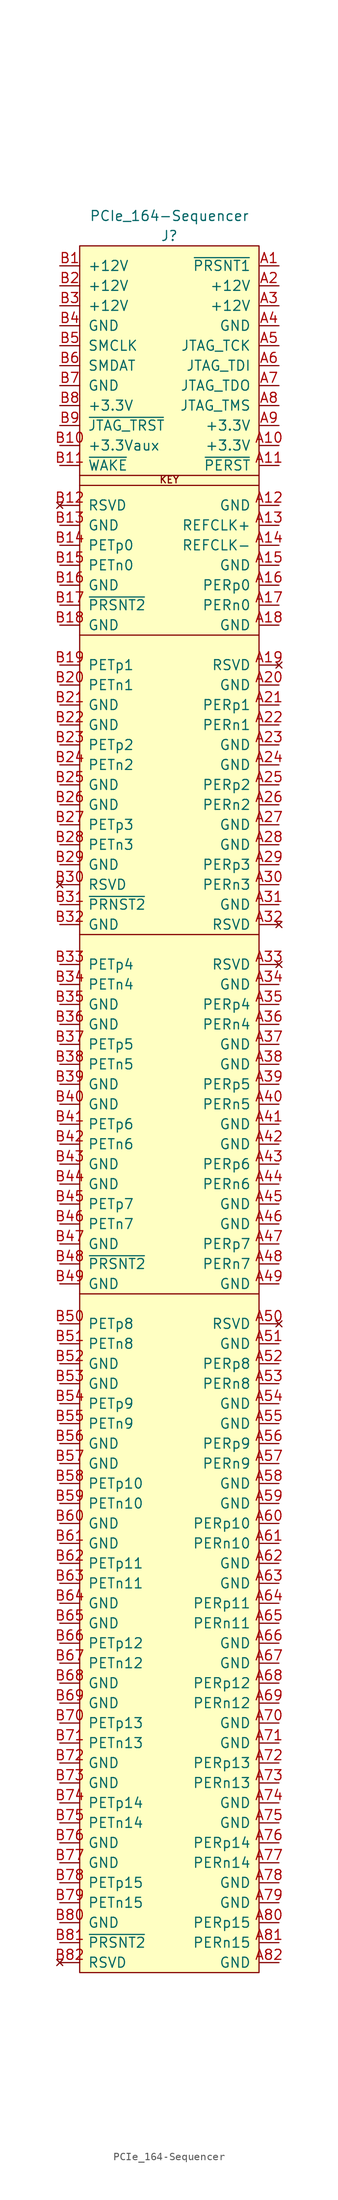
<source format=kicad_sym>
(kicad_symbol_lib
  (version 20211014)
  (generator kicad_symbol_editor)
  (symbol "PCIe_164-Sequencer"
    (pin_names
      (offset 1.016))
    (property "Reference" "J"
      (at -13.97 3.81 0)
      (effects (font (size 1.27 1.27))))
    (property "Value" "PCIe_164-Sequencer"
      (at -13.97 6.35 0)
      (effects (font (size 1.27 1.27))))
    (symbol "PCIe_164-Sequencer_0_0"
      (text "KEY" (at -13.97 -27.737 0) (effects (font (size 0.889 0.889)) (justify bottom))))
    (symbol "PCIe_164-Sequencer_0_1"
      (rectangle (start -25.4 2.54) (end -2.54 -217.17) (stroke (width 0) (type default) (color 0 0 0 0)) (fill (type background)))
      (polyline (pts (xy -25.4 -130.81) (xy -2.54 -130.81)) (stroke (width 0) (type default) (color 0 0 0 0)) (fill (type none)))
      (polyline (pts (xy -25.4 -85.09) (xy -2.54 -85.09)) (stroke (width 0) (type default) (color 0 0 0 0)) (fill (type none)))
      (polyline (pts (xy -25.4 -46.99) (xy -2.54 -46.99)) (stroke (width 0) (type default) (color 0 0 0 0)) (fill (type none)))
      (polyline (pts (xy -25.4 -27.94) (xy -2.54 -27.94)) (stroke (width 0) (type default) (color 0 0 0 0)) (fill (type none)))
      (polyline (pts (xy -25.4 -26.67) (xy -2.54 -26.67)) (stroke (width 0) (type default) (color 0 0 0 0)) (fill (type none))))
    (symbol "PCIe_164-Sequencer_1_1"
      (pin input line (at 0 0 180) (length 2.54) (name "~{PRSNT1}" (effects (font (size 1.27 1.27)))) (number "A1" (effects (font (size 1.27 1.27)))))
      (pin power_in line (at 0 -22.86 180) (length 2.54) (name "+3.3V" (effects (font (size 1.27 1.27)))) (number "A10" (effects (font (size 1.27 1.27)))))
      (pin bidirectional line (at 0 -25.4 180) (length 2.54) (name "~{PERST}" (effects (font (size 1.27 1.27)))) (number "A11" (effects (font (size 1.27 1.27)))))
      (pin power_in line (at 0 -30.48 180) (length 2.54) (name "GND" (effects (font (size 1.27 1.27)))) (number "A12" (effects (font (size 1.27 1.27)))))
      (pin bidirectional line (at 0 -33.02 180) (length 2.54) (name "REFCLK+" (effects (font (size 1.27 1.27)))) (number "A13" (effects (font (size 1.27 1.27)))))
      (pin bidirectional line (at 0 -35.56 180) (length 2.54) (name "REFCLK-" (effects (font (size 1.27 1.27)))) (number "A14" (effects (font (size 1.27 1.27)))))
      (pin power_in line (at 0 -38.1 180) (length 2.54) (name "GND" (effects (font (size 1.27 1.27)))) (number "A15" (effects (font (size 1.27 1.27)))))
      (pin bidirectional line (at 0 -40.64 180) (length 2.54) (name "PERp0" (effects (font (size 1.27 1.27)))) (number "A16" (effects (font (size 1.27 1.27)))))
      (pin bidirectional line (at 0 -43.18 180) (length 2.54) (name "PERn0" (effects (font (size 1.27 1.27)))) (number "A17" (effects (font (size 1.27 1.27)))))
      (pin power_in line (at 0 -45.72 180) (length 2.54) (name "GND" (effects (font (size 1.27 1.27)))) (number "A18" (effects (font (size 1.27 1.27)))))
      (pin no_connect line (at 0 -50.8 180) (length 2.54) (name "RSVD" (effects (font (size 1.27 1.27)))) (number "A19" (effects (font (size 1.27 1.27)))))
      (pin power_in line (at 0 -2.54 180) (length 2.54) (name "+12V" (effects (font (size 1.27 1.27)))) (number "A2" (effects (font (size 1.27 1.27)))))
      (pin power_in line (at 0 -53.34 180) (length 2.54) (name "GND" (effects (font (size 1.27 1.27)))) (number "A20" (effects (font (size 1.27 1.27)))))
      (pin bidirectional line (at 0 -55.88 180) (length 2.54) (name "PERp1" (effects (font (size 1.27 1.27)))) (number "A21" (effects (font (size 1.27 1.27)))))
      (pin bidirectional line (at 0 -58.42 180) (length 2.54) (name "PERn1" (effects (font (size 1.27 1.27)))) (number "A22" (effects (font (size 1.27 1.27)))))
      (pin power_in line (at 0 -60.96 180) (length 2.54) (name "GND" (effects (font (size 1.27 1.27)))) (number "A23" (effects (font (size 1.27 1.27)))))
      (pin power_in line (at 0 -63.5 180) (length 2.54) (name "GND" (effects (font (size 1.27 1.27)))) (number "A24" (effects (font (size 1.27 1.27)))))
      (pin bidirectional line (at 0 -66.04 180) (length 2.54) (name "PERp2" (effects (font (size 1.27 1.27)))) (number "A25" (effects (font (size 1.27 1.27)))))
      (pin bidirectional line (at 0 -68.58 180) (length 2.54) (name "PERn2" (effects (font (size 1.27 1.27)))) (number "A26" (effects (font (size 1.27 1.27)))))
      (pin power_in line (at 0 -71.12 180) (length 2.54) (name "GND" (effects (font (size 1.27 1.27)))) (number "A27" (effects (font (size 1.27 1.27)))))
      (pin power_in line (at 0 -73.66 180) (length 2.54) (name "GND" (effects (font (size 1.27 1.27)))) (number "A28" (effects (font (size 1.27 1.27)))))
      (pin bidirectional line (at 0 -76.2 180) (length 2.54) (name "PERp3" (effects (font (size 1.27 1.27)))) (number "A29" (effects (font (size 1.27 1.27)))))
      (pin power_in line (at 0 -5.08 180) (length 2.54) (name "+12V" (effects (font (size 1.27 1.27)))) (number "A3" (effects (font (size 1.27 1.27)))))
      (pin bidirectional line (at 0 -78.74 180) (length 2.54) (name "PERn3" (effects (font (size 1.27 1.27)))) (number "A30" (effects (font (size 1.27 1.27)))))
      (pin power_in line (at 0 -81.28 180) (length 2.54) (name "GND" (effects (font (size 1.27 1.27)))) (number "A31" (effects (font (size 1.27 1.27)))))
      (pin no_connect line (at 0 -83.82 180) (length 2.54) (name "RSVD" (effects (font (size 1.27 1.27)))) (number "A32" (effects (font (size 1.27 1.27)))))
      (pin no_connect line (at 0 -88.9 180) (length 2.54) (name "RSVD" (effects (font (size 1.27 1.27)))) (number "A33" (effects (font (size 1.27 1.27)))))
      (pin power_in line (at 0 -91.44 180) (length 2.54) (name "GND" (effects (font (size 1.27 1.27)))) (number "A34" (effects (font (size 1.27 1.27)))))
      (pin bidirectional line (at 0 -93.98 180) (length 2.54) (name "PERp4" (effects (font (size 1.27 1.27)))) (number "A35" (effects (font (size 1.27 1.27)))))
      (pin bidirectional line (at 0 -96.52 180) (length 2.54) (name "PERn4" (effects (font (size 1.27 1.27)))) (number "A36" (effects (font (size 1.27 1.27)))))
      (pin power_in line (at 0 -99.06 180) (length 2.54) (name "GND" (effects (font (size 1.27 1.27)))) (number "A37" (effects (font (size 1.27 1.27)))))
      (pin power_in line (at 0 -101.6 180) (length 2.54) (name "GND" (effects (font (size 1.27 1.27)))) (number "A38" (effects (font (size 1.27 1.27)))))
      (pin bidirectional line (at 0 -104.14 180) (length 2.54) (name "PERp5" (effects (font (size 1.27 1.27)))) (number "A39" (effects (font (size 1.27 1.27)))))
      (pin power_in line (at 0 -7.62 180) (length 2.54) (name "GND" (effects (font (size 1.27 1.27)))) (number "A4" (effects (font (size 1.27 1.27)))))
      (pin bidirectional line (at 0 -106.68 180) (length 2.54) (name "PERn5" (effects (font (size 1.27 1.27)))) (number "A40" (effects (font (size 1.27 1.27)))))
      (pin power_in line (at 0 -109.22 180) (length 2.54) (name "GND" (effects (font (size 1.27 1.27)))) (number "A41" (effects (font (size 1.27 1.27)))))
      (pin power_in line (at 0 -111.76 180) (length 2.54) (name "GND" (effects (font (size 1.27 1.27)))) (number "A42" (effects (font (size 1.27 1.27)))))
      (pin bidirectional line (at 0 -114.3 180) (length 2.54) (name "PERp6" (effects (font (size 1.27 1.27)))) (number "A43" (effects (font (size 1.27 1.27)))))
      (pin bidirectional line (at 0 -116.84 180) (length 2.54) (name "PERn6" (effects (font (size 1.27 1.27)))) (number "A44" (effects (font (size 1.27 1.27)))))
      (pin power_in line (at 0 -119.38 180) (length 2.54) (name "GND" (effects (font (size 1.27 1.27)))) (number "A45" (effects (font (size 1.27 1.27)))))
      (pin power_in line (at 0 -121.92 180) (length 2.54) (name "GND" (effects (font (size 1.27 1.27)))) (number "A46" (effects (font (size 1.27 1.27)))))
      (pin bidirectional line (at 0 -124.46 180) (length 2.54) (name "PERp7" (effects (font (size 1.27 1.27)))) (number "A47" (effects (font (size 1.27 1.27)))))
      (pin bidirectional line (at 0 -127 180) (length 2.54) (name "PERn7" (effects (font (size 1.27 1.27)))) (number "A48" (effects (font (size 1.27 1.27)))))
      (pin power_in line (at 0 -129.54 180) (length 2.54) (name "GND" (effects (font (size 1.27 1.27)))) (number "A49" (effects (font (size 1.27 1.27)))))
      (pin bidirectional line (at 0 -10.16 180) (length 2.54) (name "JTAG_TCK" (effects (font (size 1.27 1.27)))) (number "A5" (effects (font (size 1.27 1.27)))))
      (pin no_connect line (at 0 -134.62 180) (length 2.54) (name "RSVD" (effects (font (size 1.27 1.27)))) (number "A50" (effects (font (size 1.27 1.27)))))
      (pin power_in line (at 0 -137.16 180) (length 2.54) (name "GND" (effects (font (size 1.27 1.27)))) (number "A51" (effects (font (size 1.27 1.27)))))
      (pin bidirectional line (at 0 -139.7 180) (length 2.54) (name "PERp8" (effects (font (size 1.27 1.27)))) (number "A52" (effects (font (size 1.27 1.27)))))
      (pin bidirectional line (at 0 -142.24 180) (length 2.54) (name "PERn8" (effects (font (size 1.27 1.27)))) (number "A53" (effects (font (size 1.27 1.27)))))
      (pin power_in line (at 0 -144.78 180) (length 2.54) (name "GND" (effects (font (size 1.27 1.27)))) (number "A54" (effects (font (size 1.27 1.27)))))
      (pin power_in line (at 0 -147.32 180) (length 2.54) (name "GND" (effects (font (size 1.27 1.27)))) (number "A55" (effects (font (size 1.27 1.27)))))
      (pin bidirectional line (at 0 -149.86 180) (length 2.54) (name "PERp9" (effects (font (size 1.27 1.27)))) (number "A56" (effects (font (size 1.27 1.27)))))
      (pin bidirectional line (at 0 -152.4 180) (length 2.54) (name "PERn9" (effects (font (size 1.27 1.27)))) (number "A57" (effects (font (size 1.27 1.27)))))
      (pin power_in line (at 0 -154.94 180) (length 2.54) (name "GND" (effects (font (size 1.27 1.27)))) (number "A58" (effects (font (size 1.27 1.27)))))
      (pin power_in line (at 0 -157.48 180) (length 2.54) (name "GND" (effects (font (size 1.27 1.27)))) (number "A59" (effects (font (size 1.27 1.27)))))
      (pin bidirectional line (at 0 -12.7 180) (length 2.54) (name "JTAG_TDI" (effects (font (size 1.27 1.27)))) (number "A6" (effects (font (size 1.27 1.27)))))
      (pin bidirectional line (at 0 -160.02 180) (length 2.54) (name "PERp10" (effects (font (size 1.27 1.27)))) (number "A60" (effects (font (size 1.27 1.27)))))
      (pin bidirectional line (at 0 -162.56 180) (length 2.54) (name "PERn10" (effects (font (size 1.27 1.27)))) (number "A61" (effects (font (size 1.27 1.27)))))
      (pin power_in line (at 0 -165.1 180) (length 2.54) (name "GND" (effects (font (size 1.27 1.27)))) (number "A62" (effects (font (size 1.27 1.27)))))
      (pin power_in line (at 0 -167.64 180) (length 2.54) (name "GND" (effects (font (size 1.27 1.27)))) (number "A63" (effects (font (size 1.27 1.27)))))
      (pin bidirectional line (at 0 -170.18 180) (length 2.54) (name "PERp11" (effects (font (size 1.27 1.27)))) (number "A64" (effects (font (size 1.27 1.27)))))
      (pin bidirectional line (at 0 -172.72 180) (length 2.54) (name "PERn11" (effects (font (size 1.27 1.27)))) (number "A65" (effects (font (size 1.27 1.27)))))
      (pin power_in line (at 0 -175.26 180) (length 2.54) (name "GND" (effects (font (size 1.27 1.27)))) (number "A66" (effects (font (size 1.27 1.27)))))
      (pin power_in line (at 0 -177.8 180) (length 2.54) (name "GND" (effects (font (size 1.27 1.27)))) (number "A67" (effects (font (size 1.27 1.27)))))
      (pin bidirectional line (at 0 -180.34 180) (length 2.54) (name "PERp12" (effects (font (size 1.27 1.27)))) (number "A68" (effects (font (size 1.27 1.27)))))
      (pin bidirectional line (at 0 -182.88 180) (length 2.54) (name "PERn12" (effects (font (size 1.27 1.27)))) (number "A69" (effects (font (size 1.27 1.27)))))
      (pin bidirectional line (at 0 -15.24 180) (length 2.54) (name "JTAG_TDO" (effects (font (size 1.27 1.27)))) (number "A7" (effects (font (size 1.27 1.27)))))
      (pin power_in line (at 0 -185.42 180) (length 2.54) (name "GND" (effects (font (size 1.27 1.27)))) (number "A70" (effects (font (size 1.27 1.27)))))
      (pin power_in line (at 0 -187.96 180) (length 2.54) (name "GND" (effects (font (size 1.27 1.27)))) (number "A71" (effects (font (size 1.27 1.27)))))
      (pin bidirectional line (at 0 -190.5 180) (length 2.54) (name "PERp13" (effects (font (size 1.27 1.27)))) (number "A72" (effects (font (size 1.27 1.27)))))
      (pin bidirectional line (at 0 -193.04 180) (length 2.54) (name "PERn13" (effects (font (size 1.27 1.27)))) (number "A73" (effects (font (size 1.27 1.27)))))
      (pin power_in line (at 0 -195.58 180) (length 2.54) (name "GND" (effects (font (size 1.27 1.27)))) (number "A74" (effects (font (size 1.27 1.27)))))
      (pin power_in line (at 0 -198.12 180) (length 2.54) (name "GND" (effects (font (size 1.27 1.27)))) (number "A75" (effects (font (size 1.27 1.27)))))
      (pin bidirectional line (at 0 -200.66 180) (length 2.54) (name "PERp14" (effects (font (size 1.27 1.27)))) (number "A76" (effects (font (size 1.27 1.27)))))
      (pin bidirectional line (at 0 -203.2 180) (length 2.54) (name "PERn14" (effects (font (size 1.27 1.27)))) (number "A77" (effects (font (size 1.27 1.27)))))
      (pin power_in line (at 0 -205.74 180) (length 2.54) (name "GND" (effects (font (size 1.27 1.27)))) (number "A78" (effects (font (size 1.27 1.27)))))
      (pin power_in line (at 0 -208.28 180) (length 2.54) (name "GND" (effects (font (size 1.27 1.27)))) (number "A79" (effects (font (size 1.27 1.27)))))
      (pin bidirectional line (at 0 -17.78 180) (length 2.54) (name "JTAG_TMS" (effects (font (size 1.27 1.27)))) (number "A8" (effects (font (size 1.27 1.27)))))
      (pin bidirectional line (at 0 -210.82 180) (length 2.54) (name "PERp15" (effects (font (size 1.27 1.27)))) (number "A80" (effects (font (size 1.27 1.27)))))
      (pin bidirectional line (at 0 -213.36 180) (length 2.54) (name "PERn15" (effects (font (size 1.27 1.27)))) (number "A81" (effects (font (size 1.27 1.27)))))
      (pin power_in line (at 0 -215.9 180) (length 2.54) (name "GND" (effects (font (size 1.27 1.27)))) (number "A82" (effects (font (size 1.27 1.27)))))
      (pin power_in line (at 0 -20.32 180) (length 2.54) (name "+3.3V" (effects (font (size 1.27 1.27)))) (number "A9" (effects (font (size 1.27 1.27)))))
      (pin power_in line (at -27.94 0 0) (length 2.54) (name "+12V" (effects (font (size 1.27 1.27)))) (number "B1" (effects (font (size 1.27 1.27)))))
      (pin power_in line (at -27.94 -22.86 0) (length 2.54) (name "+3.3Vaux" (effects (font (size 1.27 1.27)))) (number "B10" (effects (font (size 1.27 1.27)))))
      (pin bidirectional line (at -27.94 -25.4 0) (length 2.54) (name "~{WAKE}" (effects (font (size 1.27 1.27)))) (number "B11" (effects (font (size 1.27 1.27)))))
      (pin no_connect line (at -27.94 -30.48 0) (length 2.54) (name "RSVD" (effects (font (size 1.27 1.27)))) (number "B12" (effects (font (size 1.27 1.27)))))
      (pin power_in line (at -27.94 -33.02 0) (length 2.54) (name "GND" (effects (font (size 1.27 1.27)))) (number "B13" (effects (font (size 1.27 1.27)))))
      (pin bidirectional line (at -27.94 -35.56 0) (length 2.54) (name "PETp0" (effects (font (size 1.27 1.27)))) (number "B14" (effects (font (size 1.27 1.27)))))
      (pin bidirectional line (at -27.94 -38.1 0) (length 2.54) (name "PETn0" (effects (font (size 1.27 1.27)))) (number "B15" (effects (font (size 1.27 1.27)))))
      (pin power_in line (at -27.94 -40.64 0) (length 2.54) (name "GND" (effects (font (size 1.27 1.27)))) (number "B16" (effects (font (size 1.27 1.27)))))
      (pin bidirectional line (at -27.94 -43.18 0) (length 2.54) (name "~{PRSNT2}" (effects (font (size 1.27 1.27)))) (number "B17" (effects (font (size 1.27 1.27)))))
      (pin power_in line (at -27.94 -45.72 0) (length 2.54) (name "GND" (effects (font (size 1.27 1.27)))) (number "B18" (effects (font (size 1.27 1.27)))))
      (pin bidirectional line (at -27.94 -50.8 0) (length 2.54) (name "PETp1" (effects (font (size 1.27 1.27)))) (number "B19" (effects (font (size 1.27 1.27)))))
      (pin power_in line (at -27.94 -2.54 0) (length 2.54) (name "+12V" (effects (font (size 1.27 1.27)))) (number "B2" (effects (font (size 1.27 1.27)))))
      (pin bidirectional line (at -27.94 -53.34 0) (length 2.54) (name "PETn1" (effects (font (size 1.27 1.27)))) (number "B20" (effects (font (size 1.27 1.27)))))
      (pin power_in line (at -27.94 -55.88 0) (length 2.54) (name "GND" (effects (font (size 1.27 1.27)))) (number "B21" (effects (font (size 1.27 1.27)))))
      (pin power_in line (at -27.94 -58.42 0) (length 2.54) (name "GND" (effects (font (size 1.27 1.27)))) (number "B22" (effects (font (size 1.27 1.27)))))
      (pin bidirectional line (at -27.94 -60.96 0) (length 2.54) (name "PETp2" (effects (font (size 1.27 1.27)))) (number "B23" (effects (font (size 1.27 1.27)))))
      (pin bidirectional line (at -27.94 -63.5 0) (length 2.54) (name "PETn2" (effects (font (size 1.27 1.27)))) (number "B24" (effects (font (size 1.27 1.27)))))
      (pin power_in line (at -27.94 -66.04 0) (length 2.54) (name "GND" (effects (font (size 1.27 1.27)))) (number "B25" (effects (font (size 1.27 1.27)))))
      (pin power_in line (at -27.94 -68.58 0) (length 2.54) (name "GND" (effects (font (size 1.27 1.27)))) (number "B26" (effects (font (size 1.27 1.27)))))
      (pin bidirectional line (at -27.94 -71.12 0) (length 2.54) (name "PETp3" (effects (font (size 1.27 1.27)))) (number "B27" (effects (font (size 1.27 1.27)))))
      (pin bidirectional line (at -27.94 -73.66 0) (length 2.54) (name "PETn3" (effects (font (size 1.27 1.27)))) (number "B28" (effects (font (size 1.27 1.27)))))
      (pin power_in line (at -27.94 -76.2 0) (length 2.54) (name "GND" (effects (font (size 1.27 1.27)))) (number "B29" (effects (font (size 1.27 1.27)))))
      (pin power_in line (at -27.94 -5.08 0) (length 2.54) (name "+12V" (effects (font (size 1.27 1.27)))) (number "B3" (effects (font (size 1.27 1.27)))))
      (pin no_connect line (at -27.94 -78.74 0) (length 2.54) (name "RSVD" (effects (font (size 1.27 1.27)))) (number "B30" (effects (font (size 1.27 1.27)))))
      (pin bidirectional line (at -27.94 -81.28 0) (length 2.54) (name "~{PRNST2}" (effects (font (size 1.27 1.27)))) (number "B31" (effects (font (size 1.27 1.27)))))
      (pin power_in line (at -27.94 -83.82 0) (length 2.54) (name "GND" (effects (font (size 1.27 1.27)))) (number "B32" (effects (font (size 1.27 1.27)))))
      (pin bidirectional line (at -27.94 -88.9 0) (length 2.54) (name "PETp4" (effects (font (size 1.27 1.27)))) (number "B33" (effects (font (size 1.27 1.27)))))
      (pin bidirectional line (at -27.94 -91.44 0) (length 2.54) (name "PETn4" (effects (font (size 1.27 1.27)))) (number "B34" (effects (font (size 1.27 1.27)))))
      (pin power_in line (at -27.94 -93.98 0) (length 2.54) (name "GND" (effects (font (size 1.27 1.27)))) (number "B35" (effects (font (size 1.27 1.27)))))
      (pin power_in line (at -27.94 -96.52 0) (length 2.54) (name "GND" (effects (font (size 1.27 1.27)))) (number "B36" (effects (font (size 1.27 1.27)))))
      (pin bidirectional line (at -27.94 -99.06 0) (length 2.54) (name "PETp5" (effects (font (size 1.27 1.27)))) (number "B37" (effects (font (size 1.27 1.27)))))
      (pin bidirectional line (at -27.94 -101.6 0) (length 2.54) (name "PETn5" (effects (font (size 1.27 1.27)))) (number "B38" (effects (font (size 1.27 1.27)))))
      (pin power_in line (at -27.94 -104.14 0) (length 2.54) (name "GND" (effects (font (size 1.27 1.27)))) (number "B39" (effects (font (size 1.27 1.27)))))
      (pin power_in line (at -27.94 -7.62 0) (length 2.54) (name "GND" (effects (font (size 1.27 1.27)))) (number "B4" (effects (font (size 1.27 1.27)))))
      (pin power_in line (at -27.94 -106.68 0) (length 2.54) (name "GND" (effects (font (size 1.27 1.27)))) (number "B40" (effects (font (size 1.27 1.27)))))
      (pin bidirectional line (at -27.94 -109.22 0) (length 2.54) (name "PETp6" (effects (font (size 1.27 1.27)))) (number "B41" (effects (font (size 1.27 1.27)))))
      (pin bidirectional line (at -27.94 -111.76 0) (length 2.54) (name "PETn6" (effects (font (size 1.27 1.27)))) (number "B42" (effects (font (size 1.27 1.27)))))
      (pin power_in line (at -27.94 -114.3 0) (length 2.54) (name "GND" (effects (font (size 1.27 1.27)))) (number "B43" (effects (font (size 1.27 1.27)))))
      (pin power_in line (at -27.94 -116.84 0) (length 2.54) (name "GND" (effects (font (size 1.27 1.27)))) (number "B44" (effects (font (size 1.27 1.27)))))
      (pin bidirectional line (at -27.94 -119.38 0) (length 2.54) (name "PETp7" (effects (font (size 1.27 1.27)))) (number "B45" (effects (font (size 1.27 1.27)))))
      (pin bidirectional line (at -27.94 -121.92 0) (length 2.54) (name "PETn7" (effects (font (size 1.27 1.27)))) (number "B46" (effects (font (size 1.27 1.27)))))
      (pin power_in line (at -27.94 -124.46 0) (length 2.54) (name "GND" (effects (font (size 1.27 1.27)))) (number "B47" (effects (font (size 1.27 1.27)))))
      (pin bidirectional line (at -27.94 -127 0) (length 2.54) (name "~{PRSNT2}" (effects (font (size 1.27 1.27)))) (number "B48" (effects (font (size 1.27 1.27)))))
      (pin power_in line (at -27.94 -129.54 0) (length 2.54) (name "GND" (effects (font (size 1.27 1.27)))) (number "B49" (effects (font (size 1.27 1.27)))))
      (pin bidirectional line (at -27.94 -10.16 0) (length 2.54) (name "SMCLK" (effects (font (size 1.27 1.27)))) (number "B5" (effects (font (size 1.27 1.27)))))
      (pin bidirectional line (at -27.94 -134.62 0) (length 2.54) (name "PETp8" (effects (font (size 1.27 1.27)))) (number "B50" (effects (font (size 1.27 1.27)))))
      (pin bidirectional line (at -27.94 -137.16 0) (length 2.54) (name "PETn8" (effects (font (size 1.27 1.27)))) (number "B51" (effects (font (size 1.27 1.27)))))
      (pin power_in line (at -27.94 -139.7 0) (length 2.54) (name "GND" (effects (font (size 1.27 1.27)))) (number "B52" (effects (font (size 1.27 1.27)))))
      (pin power_in line (at -27.94 -142.24 0) (length 2.54) (name "GND" (effects (font (size 1.27 1.27)))) (number "B53" (effects (font (size 1.27 1.27)))))
      (pin bidirectional line (at -27.94 -144.78 0) (length 2.54) (name "PETp9" (effects (font (size 1.27 1.27)))) (number "B54" (effects (font (size 1.27 1.27)))))
      (pin bidirectional line (at -27.94 -147.32 0) (length 2.54) (name "PETn9" (effects (font (size 1.27 1.27)))) (number "B55" (effects (font (size 1.27 1.27)))))
      (pin power_in line (at -27.94 -149.86 0) (length 2.54) (name "GND" (effects (font (size 1.27 1.27)))) (number "B56" (effects (font (size 1.27 1.27)))))
      (pin power_in line (at -27.94 -152.4 0) (length 2.54) (name "GND" (effects (font (size 1.27 1.27)))) (number "B57" (effects (font (size 1.27 1.27)))))
      (pin bidirectional line (at -27.94 -154.94 0) (length 2.54) (name "PETp10" (effects (font (size 1.27 1.27)))) (number "B58" (effects (font (size 1.27 1.27)))))
      (pin bidirectional line (at -27.94 -157.48 0) (length 2.54) (name "PETn10" (effects (font (size 1.27 1.27)))) (number "B59" (effects (font (size 1.27 1.27)))))
      (pin bidirectional line (at -27.94 -12.7 0) (length 2.54) (name "SMDAT" (effects (font (size 1.27 1.27)))) (number "B6" (effects (font (size 1.27 1.27)))))
      (pin power_in line (at -27.94 -160.02 0) (length 2.54) (name "GND" (effects (font (size 1.27 1.27)))) (number "B60" (effects (font (size 1.27 1.27)))))
      (pin power_in line (at -27.94 -162.56 0) (length 2.54) (name "GND" (effects (font (size 1.27 1.27)))) (number "B61" (effects (font (size 1.27 1.27)))))
      (pin bidirectional line (at -27.94 -165.1 0) (length 2.54) (name "PETp11" (effects (font (size 1.27 1.27)))) (number "B62" (effects (font (size 1.27 1.27)))))
      (pin bidirectional line (at -27.94 -167.64 0) (length 2.54) (name "PETn11" (effects (font (size 1.27 1.27)))) (number "B63" (effects (font (size 1.27 1.27)))))
      (pin power_in line (at -27.94 -170.18 0) (length 2.54) (name "GND" (effects (font (size 1.27 1.27)))) (number "B64" (effects (font (size 1.27 1.27)))))
      (pin power_in line (at -27.94 -172.72 0) (length 2.54) (name "GND" (effects (font (size 1.27 1.27)))) (number "B65" (effects (font (size 1.27 1.27)))))
      (pin bidirectional line (at -27.94 -175.26 0) (length 2.54) (name "PETp12" (effects (font (size 1.27 1.27)))) (number "B66" (effects (font (size 1.27 1.27)))))
      (pin bidirectional line (at -27.94 -177.8 0) (length 2.54) (name "PETn12" (effects (font (size 1.27 1.27)))) (number "B67" (effects (font (size 1.27 1.27)))))
      (pin power_in line (at -27.94 -180.34 0) (length 2.54) (name "GND" (effects (font (size 1.27 1.27)))) (number "B68" (effects (font (size 1.27 1.27)))))
      (pin power_in line (at -27.94 -182.88 0) (length 2.54) (name "GND" (effects (font (size 1.27 1.27)))) (number "B69" (effects (font (size 1.27 1.27)))))
      (pin power_in line (at -27.94 -15.24 0) (length 2.54) (name "GND" (effects (font (size 1.27 1.27)))) (number "B7" (effects (font (size 1.27 1.27)))))
      (pin bidirectional line (at -27.94 -185.42 0) (length 2.54) (name "PETp13" (effects (font (size 1.27 1.27)))) (number "B70" (effects (font (size 1.27 1.27)))))
      (pin bidirectional line (at -27.94 -187.96 0) (length 2.54) (name "PETn13" (effects (font (size 1.27 1.27)))) (number "B71" (effects (font (size 1.27 1.27)))))
      (pin power_in line (at -27.94 -190.5 0) (length 2.54) (name "GND" (effects (font (size 1.27 1.27)))) (number "B72" (effects (font (size 1.27 1.27)))))
      (pin power_in line (at -27.94 -193.04 0) (length 2.54) (name "GND" (effects (font (size 1.27 1.27)))) (number "B73" (effects (font (size 1.27 1.27)))))
      (pin bidirectional line (at -27.94 -195.58 0) (length 2.54) (name "PETp14" (effects (font (size 1.27 1.27)))) (number "B74" (effects (font (size 1.27 1.27)))))
      (pin bidirectional line (at -27.94 -198.12 0) (length 2.54) (name "PETn14" (effects (font (size 1.27 1.27)))) (number "B75" (effects (font (size 1.27 1.27)))))
      (pin power_in line (at -27.94 -200.66 0) (length 2.54) (name "GND" (effects (font (size 1.27 1.27)))) (number "B76" (effects (font (size 1.27 1.27)))))
      (pin power_in line (at -27.94 -203.2 0) (length 2.54) (name "GND" (effects (font (size 1.27 1.27)))) (number "B77" (effects (font (size 1.27 1.27)))))
      (pin bidirectional line (at -27.94 -205.74 0) (length 2.54) (name "PETp15" (effects (font (size 1.27 1.27)))) (number "B78" (effects (font (size 1.27 1.27)))))
      (pin bidirectional line (at -27.94 -208.28 0) (length 2.54) (name "PETn15" (effects (font (size 1.27 1.27)))) (number "B79" (effects (font (size 1.27 1.27)))))
      (pin power_in line (at -27.94 -17.78 0) (length 2.54) (name "+3.3V" (effects (font (size 1.27 1.27)))) (number "B8" (effects (font (size 1.27 1.27)))))
      (pin power_in line (at -27.94 -210.82 0) (length 2.54) (name "GND" (effects (font (size 1.27 1.27)))) (number "B80" (effects (font (size 1.27 1.27)))))
      (pin bidirectional line (at -27.94 -213.36 0) (length 2.54) (name "~{PRSNT2}" (effects (font (size 1.27 1.27)))) (number "B81" (effects (font (size 1.27 1.27)))))
      (pin no_connect line (at -27.94 -215.9 0) (length 2.54) (name "RSVD" (effects (font (size 1.27 1.27)))) (number "B82" (effects (font (size 1.27 1.27)))))
      (pin bidirectional line (at -27.94 -20.32 0) (length 2.54) (name "~{JTAG_TRST}" (effects (font (size 1.27 1.27)))) (number "B9" (effects (font (size 1.27 1.27))))))))
</source>
